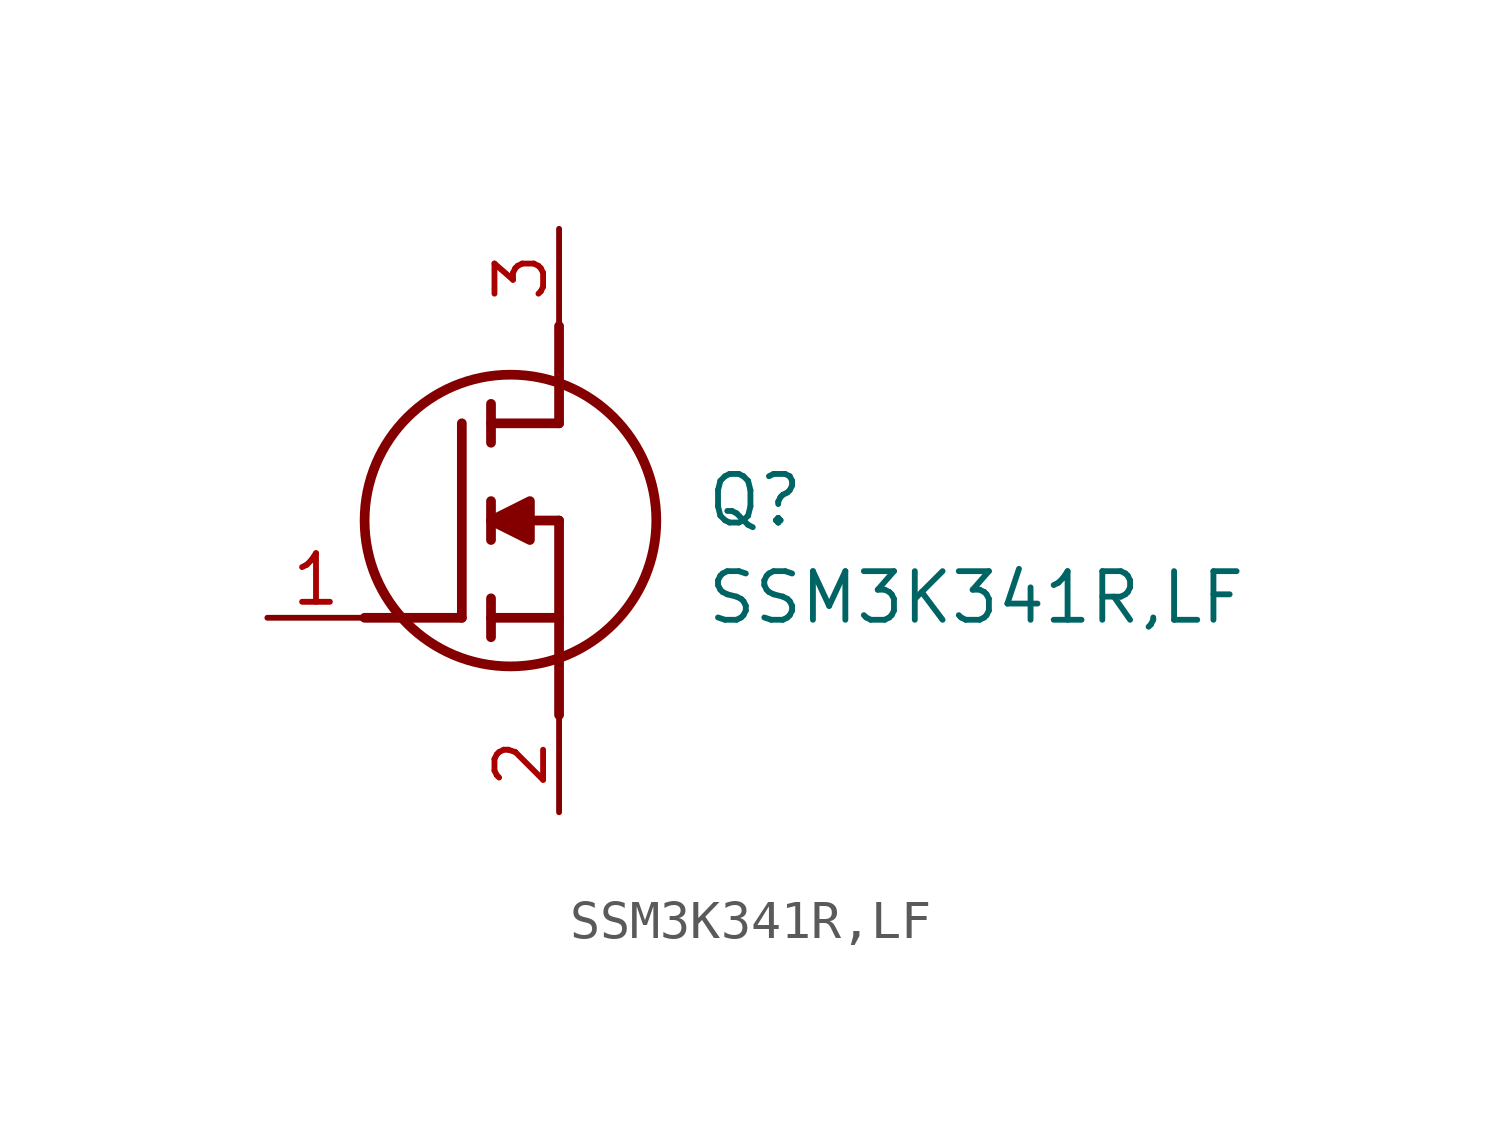
<source format=kicad_sym>
(kicad_symbol_lib
  (version 20211014)
  (generator SamacSys_ECAD_Model)
  (symbol "SSM3K341R,LF"
    (pin_names hide)
    (property "Reference" "Q"
      (at 11.43 3.81 0)
      (effects (font (size 1.27 1.27)) (justify left top)))
    (property "Value" "SSM3K341R,LF"
      (at 11.43 1.27 0)
      (effects (font (size 1.27 1.27)) (justify left top)))
    (polyline
      (pts (xy 7.62 2.54) (xy 7.62 -2.54))
      (stroke (width 0.254) (type default))
      (fill (type none)))
    (polyline
      (pts (xy 7.62 5.08) (xy 7.62 7.62))
      (stroke (width 0.254) (type default))
      (fill (type none)))
    (polyline
      (pts (xy 2.54 0) (xy 5.08 0))
      (stroke (width 0.254) (type default))
      (fill (type none)))
    (polyline
      (pts (xy 5.08 5.08) (xy 5.08 0))
      (stroke (width 0.254) (type default))
      (fill (type none)))
    (polyline
      (pts (xy 7.62 2.54) (xy 5.842 2.54))
      (stroke (width 0.254) (type default))
      (fill (type none)))
    (polyline
      (pts (xy 7.62 5.08) (xy 5.842 5.08))
      (stroke (width 0.254) (type default))
      (fill (type none)))
    (polyline
      (pts (xy 5.842 0) (xy 7.62 0))
      (stroke (width 0.254) (type default))
      (fill (type none)))
    (polyline
      (pts (xy 5.842 5.588) (xy 5.842 4.572))
      (stroke (width 0.254) (type default))
      (fill (type none)))
    (polyline
      (pts (xy 5.842 -0.508) (xy 5.842 0.508))
      (stroke (width 0.254) (type default))
      (fill (type none)))
    (polyline
      (pts (xy 5.842 2.032) (xy 5.842 3.048))
      (stroke (width 0.254) (type default))
      (fill (type none)))
    (circle
      (center 6.35 2.54)
      (radius 3.81)
      (stroke (width 0.254) (type default))
      (fill (type none)))
    (polyline
      (pts (xy 5.842 2.54) (xy 6.858 3.048) (xy 6.858 2.032) (xy 5.842 2.54))
      (stroke (width 0.254) (type default))
      (fill (type outline)))
    (pin passive line
      (at 0 0 0)
      (length 2.54)
      (name "G" (effects (font (size 1.27 1.27))))
      (number "1" (effects (font (size 1.27 1.27)))))
    (pin passive line
      (at 7.62 10.16 270)
      (length 2.54)
      (name "D" (effects (font (size 1.27 1.27))))
      (number "3" (effects (font (size 1.27 1.27)))))
    (pin passive line
      (at 7.62 -5.08 90)
      (length 2.54)
      (name "S" (effects (font (size 1.27 1.27))))
      (number "2" (effects (font (size 1.27 1.27)))))))
</source>
